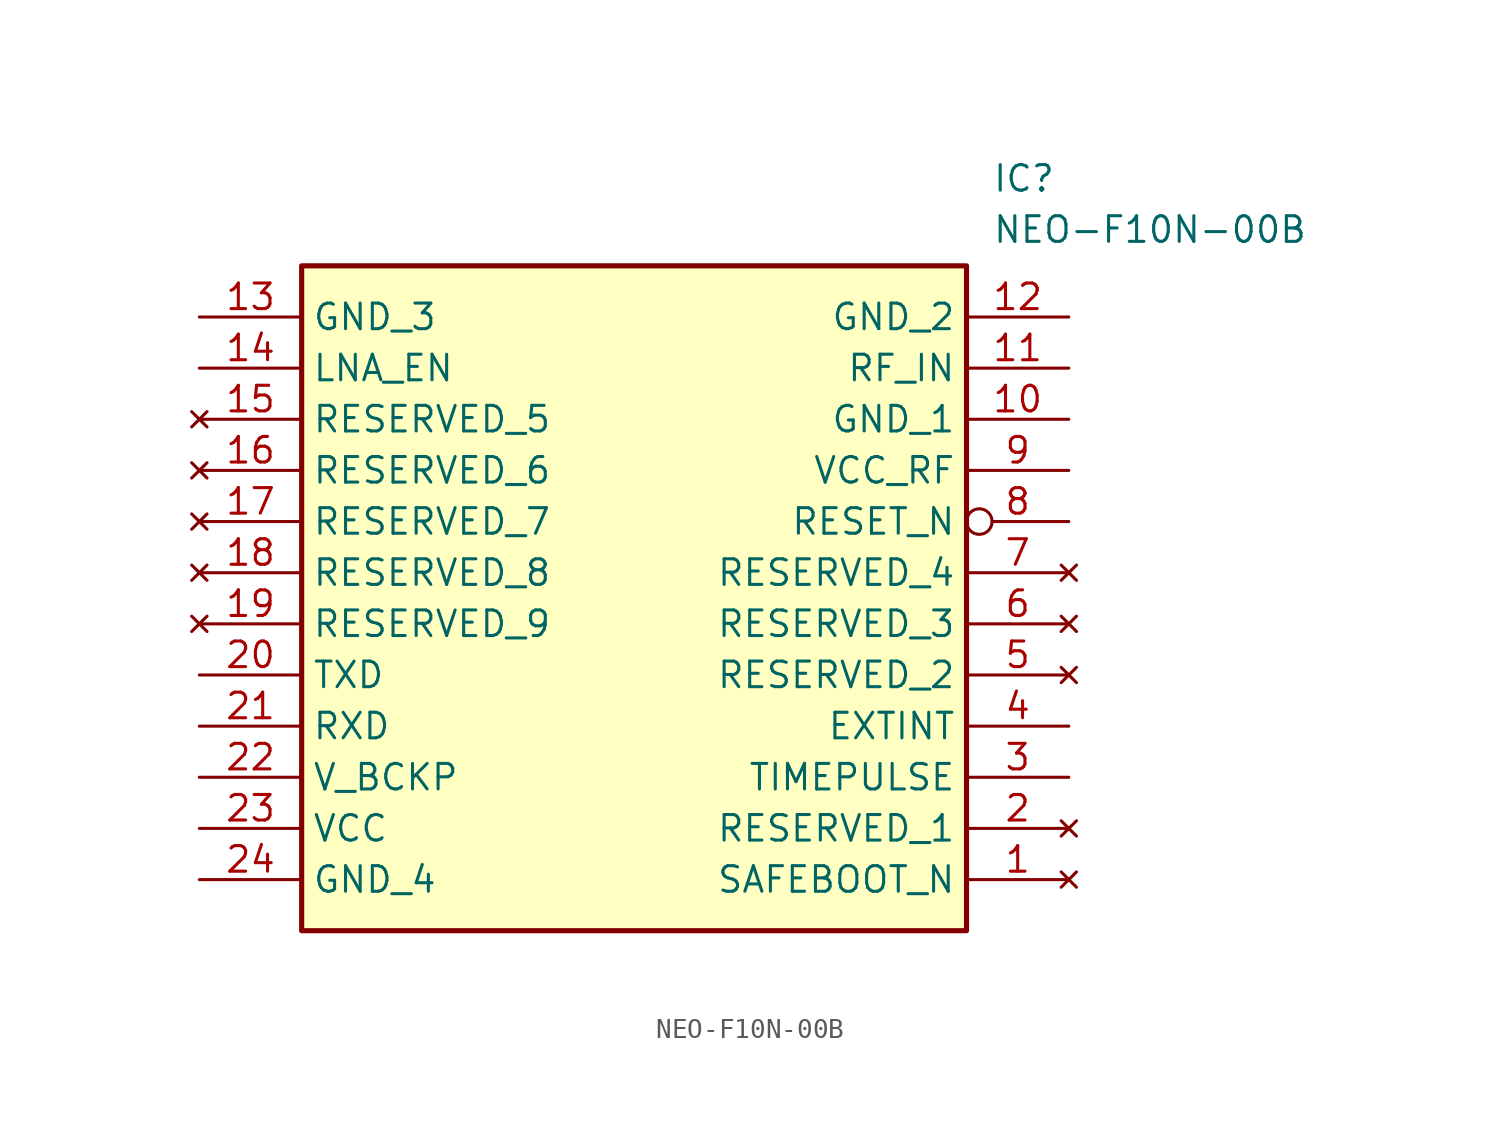
<source format=kicad_sym>
(kicad_symbol_lib
  (version 20231120)
  (generator "kicad_symbol_editor")
  (generator_version "8.0")
  (symbol "NEO-F10N-00B"
    (property "Reference" "IC"
      (at 39.37 7.62 0)
      (effects (font (size 1.27 1.27)) (justify left top)))
    (property "Value" "NEO-F10N-00B"
      (at 39.37 5.08 0)
      (effects (font (size 1.27 1.27)) (justify left top)))
    (symbol "NEO-F10N-00B_1_1"
      (rectangle (start 5.08 2.54) (end 38.1 -30.48) (stroke (width 0.254) (type default)) (fill (type background)))
      (pin no_connect line (at 43.18 -27.94 180) (length 5.08) (name "SAFEBOOT_N" (effects (font (size 1.27 1.27)))) (number "1" (effects (font (size 1.27 1.27)))))
      (pin power_in line (at 43.18 -5.08 180) (length 5.08) (name "GND_1" (effects (font (size 1.27 1.27)))) (number "10" (effects (font (size 1.27 1.27)))))
      (pin input line (at 43.18 -2.54 180) (length 5.08) (name "RF_IN" (effects (font (size 1.27 1.27)))) (number "11" (effects (font (size 1.27 1.27)))))
      (pin power_in line (at 43.18 0 180) (length 5.08) (name "GND_2" (effects (font (size 1.27 1.27)))) (number "12" (effects (font (size 1.27 1.27)))))
      (pin power_in line (at 0 0 0) (length 5.08) (name "GND_3" (effects (font (size 1.27 1.27)))) (number "13" (effects (font (size 1.27 1.27)))))
      (pin output line (at 0 -2.54 0) (length 5.08) (name "LNA_EN" (effects (font (size 1.27 1.27)))) (number "14" (effects (font (size 1.27 1.27)))))
      (pin no_connect line (at 0 -5.08 0) (length 5.08) (name "RESERVED_5" (effects (font (size 1.27 1.27)))) (number "15" (effects (font (size 1.27 1.27)))))
      (pin no_connect line (at 0 -7.62 0) (length 5.08) (name "RESERVED_6" (effects (font (size 1.27 1.27)))) (number "16" (effects (font (size 1.27 1.27)))))
      (pin no_connect line (at 0 -10.16 0) (length 5.08) (name "RESERVED_7" (effects (font (size 1.27 1.27)))) (number "17" (effects (font (size 1.27 1.27)))))
      (pin no_connect line (at 0 -12.7 0) (length 5.08) (name "RESERVED_8" (effects (font (size 1.27 1.27)))) (number "18" (effects (font (size 1.27 1.27)))))
      (pin no_connect line (at 0 -15.24 0) (length 5.08) (name "RESERVED_9" (effects (font (size 1.27 1.27)))) (number "19" (effects (font (size 1.27 1.27)))))
      (pin no_connect line (at 43.18 -25.4 180) (length 5.08) (name "RESERVED_1" (effects (font (size 1.27 1.27)))) (number "2" (effects (font (size 1.27 1.27)))))
      (pin output line (at 0 -17.78 0) (length 5.08) (name "TXD" (effects (font (size 1.27 1.27)))) (number "20" (effects (font (size 1.27 1.27)))))
      (pin input line (at 0 -20.32 0) (length 5.08) (name "RXD" (effects (font (size 1.27 1.27)))) (number "21" (effects (font (size 1.27 1.27)))))
      (pin power_in line (at 0 -22.86 0) (length 5.08) (name "V_BCKP" (effects (font (size 1.27 1.27)))) (number "22" (effects (font (size 1.27 1.27)))))
      (pin power_in line (at 0 -25.4 0) (length 5.08) (name "VCC" (effects (font (size 1.27 1.27)))) (number "23" (effects (font (size 1.27 1.27)))))
      (pin power_in line (at 0 -27.94 0) (length 5.08) (name "GND_4" (effects (font (size 1.27 1.27)))) (number "24" (effects (font (size 1.27 1.27)))))
      (pin output line (at 43.18 -22.86 180) (length 5.08) (name "TIMEPULSE" (effects (font (size 1.27 1.27)))) (number "3" (effects (font (size 1.27 1.27)))))
      (pin input line (at 43.18 -20.32 180) (length 5.08) (name "EXTINT" (effects (font (size 1.27 1.27)))) (number "4" (effects (font (size 1.27 1.27)))))
      (pin no_connect line (at 43.18 -17.78 180) (length 5.08) (name "RESERVED_2" (effects (font (size 1.27 1.27)))) (number "5" (effects (font (size 1.27 1.27)))))
      (pin no_connect line (at 43.18 -15.24 180) (length 5.08) (name "RESERVED_3" (effects (font (size 1.27 1.27)))) (number "6" (effects (font (size 1.27 1.27)))))
      (pin no_connect line (at 43.18 -12.7 180) (length 5.08) (name "RESERVED_4" (effects (font (size 1.27 1.27)))) (number "7" (effects (font (size 1.27 1.27)))))
      (pin input inverted (at 43.18 -10.16 180) (length 5.08) (name "RESET_N" (effects (font (size 1.27 1.27)))) (number "8" (effects (font (size 1.27 1.27)))))
      (pin power_out line (at 43.18 -7.62 180) (length 5.08) (name "VCC_RF" (effects (font (size 1.27 1.27)))) (number "9" (effects (font (size 1.27 1.27))))))))
</source>
